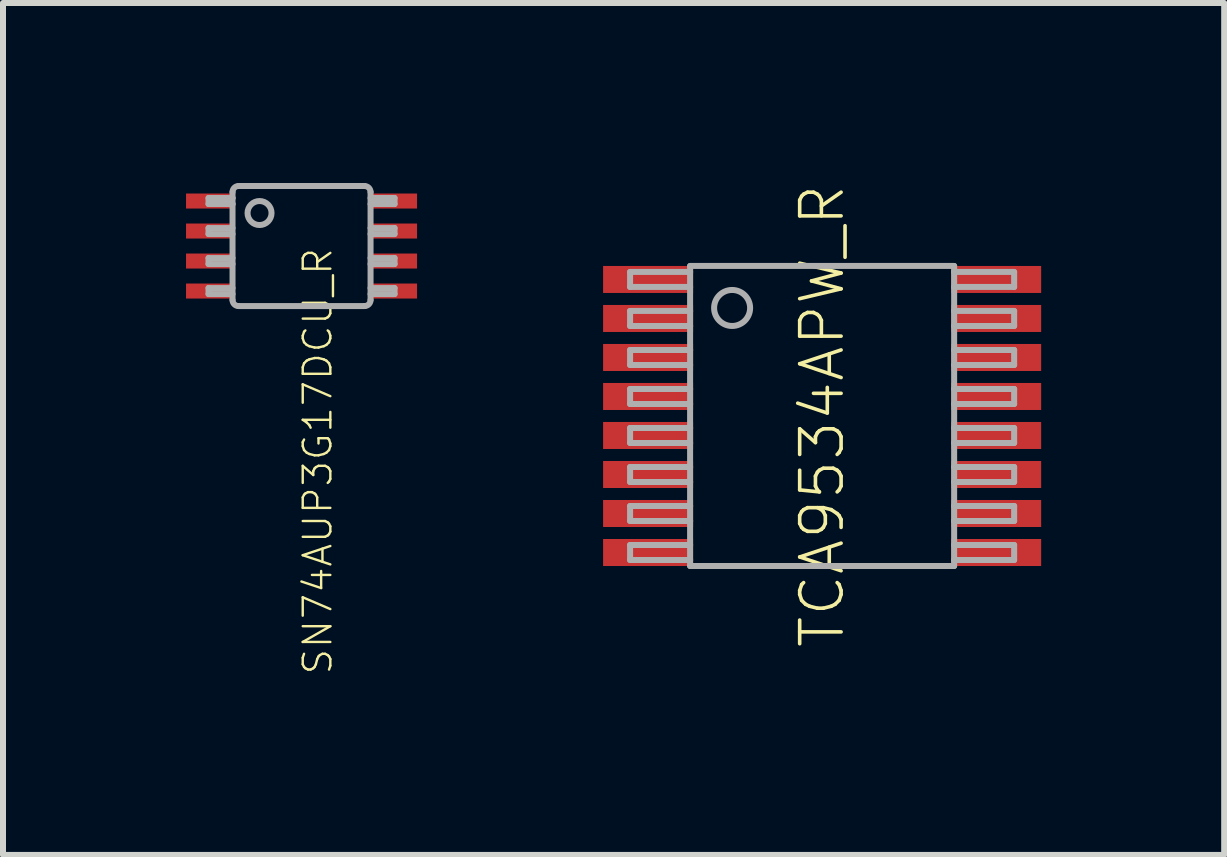
<source format=kicad_pcb>
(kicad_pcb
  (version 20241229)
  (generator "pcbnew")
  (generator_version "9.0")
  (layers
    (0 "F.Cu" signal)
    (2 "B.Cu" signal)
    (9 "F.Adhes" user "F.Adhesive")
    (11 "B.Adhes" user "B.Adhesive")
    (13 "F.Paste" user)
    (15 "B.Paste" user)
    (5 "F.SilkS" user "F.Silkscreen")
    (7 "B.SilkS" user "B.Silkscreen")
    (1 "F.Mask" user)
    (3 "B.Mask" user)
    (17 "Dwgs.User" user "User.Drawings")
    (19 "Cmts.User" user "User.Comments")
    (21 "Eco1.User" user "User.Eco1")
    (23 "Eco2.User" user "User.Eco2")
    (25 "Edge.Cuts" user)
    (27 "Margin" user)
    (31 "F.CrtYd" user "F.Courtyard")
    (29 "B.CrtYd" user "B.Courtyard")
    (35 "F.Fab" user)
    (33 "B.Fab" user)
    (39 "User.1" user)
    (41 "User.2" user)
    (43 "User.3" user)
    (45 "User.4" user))
  (footprint "SN74AUP3G17DCU_R"
    (layer "F.Cu")
    (at 1.975 1.05)
    (property "Reference" "SN74AUP3G17DCU_R" (at 0 0 90) (unlocked yes) (layer "F.SilkS") (effects (font (size 0.46 0.46) (thickness 0.04)) (justify right top)))
    (fp_poly (pts (xy -1.975 -0.575) (xy -1.125 -0.575) (xy -1.125 -0.925) (xy -1.975 -0.925)) (stroke (width 0) (type default)) (fill yes) (layer "F.Mask"))
    (fp_poly (pts (xy -1.975 -0.075) (xy -1.125 -0.075) (xy -1.125 -0.425) (xy -1.975 -0.425)) (stroke (width 0) (type default)) (fill yes) (layer "F.Mask"))
    (fp_poly (pts (xy -1.975 0.425) (xy -1.125 0.425) (xy -1.125 0.075) (xy -1.975 0.075)) (stroke (width 0) (type default)) (fill yes) (layer "F.Mask"))
    (fp_poly (pts (xy -1.975 0.925) (xy -1.125 0.925) (xy -1.125 0.575) (xy -1.975 0.575)) (stroke (width 0) (type default)) (fill yes) (layer "F.Mask"))
    (fp_poly (pts (xy 1.975 -0.925) (xy 1.125 -0.925) (xy 1.125 -0.575) (xy 1.975 -0.575)) (stroke (width 0) (type default)) (fill yes) (layer "F.Mask"))
    (fp_poly (pts (xy 1.975 -0.425) (xy 1.125 -0.425) (xy 1.125 -0.075) (xy 1.975 -0.075)) (stroke (width 0) (type default)) (fill yes) (layer "F.Mask"))
    (fp_poly (pts (xy 1.975 0.075) (xy 1.125 0.075) (xy 1.125 0.425) (xy 1.975 0.425)) (stroke (width 0) (type default)) (fill yes) (layer "F.Mask"))
    (fp_poly (pts (xy 1.975 0.575) (xy 1.125 0.575) (xy 1.125 0.925) (xy 1.975 0.925)) (stroke (width 0) (type default)) (fill yes) (layer "F.Mask"))
    (fp_line (start -1.55 -0.8) (end -1.55 -0.7) (stroke (width 0.1) (type solid)) (layer "F.Fab"))
    (fp_line (start -1.55 -0.7) (end -1.15 -0.7) (stroke (width 0.1) (type solid)) (layer "F.Fab"))
    (fp_line (start -1.55 -0.3) (end -1.55 -0.2) (stroke (width 0.1) (type solid)) (layer "F.Fab"))
    (fp_line (start -1.55 -0.2) (end -1.15 -0.2) (stroke (width 0.1) (type solid)) (layer "F.Fab"))
    (fp_line (start -1.55 0.2) (end -1.55 0.3) (stroke (width 0.1) (type solid)) (layer "F.Fab"))
    (fp_line (start -1.55 0.3) (end -1.15 0.3) (stroke (width 0.1) (type solid)) (layer "F.Fab"))
    (fp_line (start -1.55 0.7) (end -1.55 0.8) (stroke (width 0.1) (type solid)) (layer "F.Fab"))
    (fp_line (start -1.55 0.8) (end -1.15 0.8) (stroke (width 0.1) (type solid)) (layer "F.Fab"))
    (fp_line (start -1.15 -0.9) (end -1.15 -0.8) (stroke (width 0.1) (type solid)) (layer "F.Fab"))
    (fp_line (start -1.15 -0.8) (end -1.55 -0.8) (stroke (width 0.1) (type solid)) (layer "F.Fab"))
    (fp_line (start -1.15 -0.8) (end -1.15 -0.7) (stroke (width 0.1) (type solid)) (layer "F.Fab"))
    (fp_line (start -1.15 -0.7) (end -1.15 0.9) (stroke (width 0.1) (type solid)) (layer "F.Fab"))
    (fp_line (start -1.15 -0.3) (end -1.55 -0.3) (stroke (width 0.1) (type solid)) (layer "F.Fab"))
    (fp_line (start -1.15 0.2) (end -1.55 0.2) (stroke (width 0.1) (type solid)) (layer "F.Fab"))
    (fp_line (start -1.15 0.7) (end -1.55 0.7) (stroke (width 0.1) (type solid)) (layer "F.Fab"))
    (fp_line (start -1.05 -1) (end 1.05 -1) (stroke (width 0.1) (type solid)) (layer "F.Fab"))
    (fp_line (start -1.05 1) (end 1.05 1) (stroke (width 0.1) (type solid)) (layer "F.Fab"))
    (fp_line (start 1.15 -0.7) (end 1.55 -0.7) (stroke (width 0.1) (type solid)) (layer "F.Fab"))
    (fp_line (start 1.15 -0.2) (end 1.55 -0.2) (stroke (width 0.1) (type solid)) (layer "F.Fab"))
    (fp_line (start 1.15 0.3) (end 1.55 0.3) (stroke (width 0.1) (type solid)) (layer "F.Fab"))
    (fp_line (start 1.15 0.8) (end 1.55 0.8) (stroke (width 0.1) (type solid)) (layer "F.Fab"))
    (fp_line (start 1.15 0.9) (end 1.15 -0.9) (stroke (width 0.1) (type solid)) (layer "F.Fab"))
    (fp_line (start 1.55 -0.8) (end 1.15 -0.8) (stroke (width 0.1) (type solid)) (layer "F.Fab"))
    (fp_line (start 1.55 -0.7) (end 1.55 -0.8) (stroke (width 0.1) (type solid)) (layer "F.Fab"))
    (fp_line (start 1.55 -0.3) (end 1.15 -0.3) (stroke (width 0.1) (type solid)) (layer "F.Fab"))
    (fp_line (start 1.55 -0.2) (end 1.55 -0.3) (stroke (width 0.1) (type solid)) (layer "F.Fab"))
    (fp_line (start 1.55 0.2) (end 1.15 0.2) (stroke (width 0.1) (type solid)) (layer "F.Fab"))
    (fp_line (start 1.55 0.3) (end 1.55 0.2) (stroke (width 0.1) (type solid)) (layer "F.Fab"))
    (fp_line (start 1.55 0.7) (end 1.15 0.7) (stroke (width 0.1) (type solid)) (layer "F.Fab"))
    (fp_line (start 1.55 0.8) (end 1.55 0.7) (stroke (width 0.1) (type solid)) (layer "F.Fab"))
    (fp_arc (start -1.15 -0.9) (mid -1.120711 -0.970711) (end -1.05 -1) (stroke (width 0.1) (type solid)) (layer "F.Fab"))
    (fp_arc (start -1.05 1) (mid -1.120711 0.970711) (end -1.15 0.9) (stroke (width 0.1) (type solid)) (layer "F.Fab"))
    (fp_arc (start 1.05 -1) (mid 1.120711 -0.970711) (end 1.15 -0.9) (stroke (width 0.1) (type solid)) (layer "F.Fab"))
    (fp_arc (start 1.15 0.9) (mid 1.120711 0.970711) (end 1.05 1) (stroke (width 0.1) (type solid)) (layer "F.Fab"))
    (fp_circle (center -0.7 -0.55) (end -0.5 -0.55) (stroke (width 0.1) (type solid)) (fill no) (layer "F.Fab"))
    (pad "1" smd rect (at -1.55 -0.75 270) (size 0.25 0.75) (layers "F.Cu" "F.Paste"))
    (pad "2" smd rect (at -1.55 -0.25 270) (size 0.25 0.75) (layers "F.Cu" "F.Paste"))
    (pad "3" smd rect (at -1.55 0.25 270) (size 0.25 0.75) (layers "F.Cu" "F.Paste"))
    (pad "4" smd rect (at -1.55 0.75 270) (size 0.25 0.75) (layers "F.Cu" "F.Paste"))
    (pad "5" smd rect (at 1.55 0.75 270) (size 0.25 0.75) (layers "F.Cu" "F.Paste"))
    (pad "6" smd rect (at 1.55 0.25 270) (size 0.25 0.75) (layers "F.Cu" "F.Paste"))
    (pad "7" smd rect (at 1.55 -0.25 270) (size 0.25 0.75) (layers "F.Cu" "F.Paste"))
    (pad "8" smd rect (at 1.55 -0.75 270) (size 0.25 0.75) (layers "F.Cu" "F.Paste")))
  (footprint "TCA9534APW_R"
    (layer "F.Cu")
    (at 10.65 3.882)
    (property "Reference" "TCA9534APW_R" (at 0 0 90) (unlocked yes) (layer "F.SilkS") (effects (font (size 0.69 0.69) (thickness 0.06))))
    (fp_poly (pts (xy -3.7 -2) (xy -2.1 -2) (xy -2.1 -2.55) (xy -3.7 -2.55)) (stroke (width 0) (type default)) (fill yes) (layer "F.Mask"))
    (fp_poly (pts (xy -3.7 -1.35) (xy -2.1 -1.35) (xy -2.1 -1.9) (xy -3.7 -1.9)) (stroke (width 0) (type default)) (fill yes) (layer "F.Mask"))
    (fp_poly (pts (xy -3.7 -0.7) (xy -2.1 -0.7) (xy -2.1 -1.25) (xy -3.7 -1.25)) (stroke (width 0) (type default)) (fill yes) (layer "F.Mask"))
    (fp_poly (pts (xy -3.7 -0.05) (xy -2.1 -0.05) (xy -2.1 -0.6) (xy -3.7 -0.6)) (stroke (width 0) (type default)) (fill yes) (layer "F.Mask"))
    (fp_poly (pts (xy -3.7 0.6) (xy -2.1 0.6) (xy -2.1 0.05) (xy -3.7 0.05)) (stroke (width 0) (type default)) (fill yes) (layer "F.Mask"))
    (fp_poly (pts (xy -3.7 1.25) (xy -2.1 1.25) (xy -2.1 0.7) (xy -3.7 0.7)) (stroke (width 0) (type default)) (fill yes) (layer "F.Mask"))
    (fp_poly (pts (xy -3.7 1.9) (xy -2.1 1.9) (xy -2.1 1.35) (xy -3.7 1.35)) (stroke (width 0) (type default)) (fill yes) (layer "F.Mask"))
    (fp_poly (pts (xy -3.7 2.55) (xy -2.1 2.55) (xy -2.1 2) (xy -3.7 2)) (stroke (width 0) (type default)) (fill yes) (layer "F.Mask"))
    (fp_poly (pts (xy 3.7 -2.55) (xy 2.1 -2.55) (xy 2.1 -2) (xy 3.7 -2)) (stroke (width 0) (type default)) (fill yes) (layer "F.Mask"))
    (fp_poly (pts (xy 3.7 -1.9) (xy 2.1 -1.9) (xy 2.1 -1.35) (xy 3.7 -1.35)) (stroke (width 0) (type default)) (fill yes) (layer "F.Mask"))
    (fp_poly (pts (xy 3.7 -1.25) (xy 2.1 -1.25) (xy 2.1 -0.7) (xy 3.7 -0.7)) (stroke (width 0) (type default)) (fill yes) (layer "F.Mask"))
    (fp_poly (pts (xy 3.7 -0.6) (xy 2.1 -0.6) (xy 2.1 -0.05) (xy 3.7 -0.05)) (stroke (width 0) (type default)) (fill yes) (layer "F.Mask"))
    (fp_poly (pts (xy 3.7 0.05) (xy 2.1 0.05) (xy 2.1 0.6) (xy 3.7 0.6)) (stroke (width 0) (type default)) (fill yes) (layer "F.Mask"))
    (fp_poly (pts (xy 3.7 0.7) (xy 2.1 0.7) (xy 2.1 1.25) (xy 3.7 1.25)) (stroke (width 0) (type default)) (fill yes) (layer "F.Mask"))
    (fp_poly (pts (xy 3.7 1.35) (xy 2.1 1.35) (xy 2.1 1.9) (xy 3.7 1.9)) (stroke (width 0) (type default)) (fill yes) (layer "F.Mask"))
    (fp_poly (pts (xy 3.7 2) (xy 2.1 2) (xy 2.1 2.55) (xy 3.7 2.55)) (stroke (width 0) (type default)) (fill yes) (layer "F.Mask"))
    (fp_poly (pts (xy -2.15 -2.05) (xy -3.65 -2.05) (xy -3.65 -2.5) (xy -2.15 -2.5)) (stroke (width 0) (type default)) (fill yes) (layer "F.Paste"))
    (fp_poly (pts (xy -2.15 -1.4) (xy -3.65 -1.4) (xy -3.65 -1.85) (xy -2.15 -1.85)) (stroke (width 0) (type default)) (fill yes) (layer "F.Paste"))
    (fp_poly (pts (xy -2.15 -0.75) (xy -3.65 -0.75) (xy -3.65 -1.2) (xy -2.15 -1.2)) (stroke (width 0) (type default)) (fill yes) (layer "F.Paste"))
    (fp_poly (pts (xy -2.15 -0.1) (xy -3.65 -0.1) (xy -3.65 -0.55) (xy -2.15 -0.55)) (stroke (width 0) (type default)) (fill yes) (layer "F.Paste"))
    (fp_poly (pts (xy -2.15 0.55) (xy -3.65 0.55) (xy -3.65 0.1) (xy -2.15 0.1)) (stroke (width 0) (type default)) (fill yes) (layer "F.Paste"))
    (fp_poly (pts (xy -2.15 1.2) (xy -3.65 1.2) (xy -3.65 0.75) (xy -2.15 0.75)) (stroke (width 0) (type default)) (fill yes) (layer "F.Paste"))
    (fp_poly (pts (xy -2.15 1.85) (xy -3.65 1.85) (xy -3.65 1.4) (xy -2.15 1.4)) (stroke (width 0) (type default)) (fill yes) (layer "F.Paste"))
    (fp_poly (pts (xy -2.15 2.5) (xy -3.65 2.5) (xy -3.65 2.05) (xy -2.15 2.05)) (stroke (width 0) (type default)) (fill yes) (layer "F.Paste"))
    (fp_poly (pts (xy 3.65 -2.05) (xy 2.15 -2.05) (xy 2.15 -2.5) (xy 3.65 -2.5)) (stroke (width 0) (type default)) (fill yes) (layer "F.Paste"))
    (fp_poly (pts (xy 3.65 -1.4) (xy 2.15 -1.4) (xy 2.15 -1.85) (xy 3.65 -1.85)) (stroke (width 0) (type default)) (fill yes) (layer "F.Paste"))
    (fp_poly (pts (xy 3.65 -0.75) (xy 2.15 -0.75) (xy 2.15 -1.2) (xy 3.65 -1.2)) (stroke (width 0) (type default)) (fill yes) (layer "F.Paste"))
    (fp_poly (pts (xy 3.65 -0.1) (xy 2.15 -0.1) (xy 2.15 -0.55) (xy 3.65 -0.55)) (stroke (width 0) (type default)) (fill yes) (layer "F.Paste"))
    (fp_poly (pts (xy 3.65 0.55) (xy 2.15 0.55) (xy 2.15 0.1) (xy 3.65 0.1)) (stroke (width 0) (type default)) (fill yes) (layer "F.Paste"))
    (fp_poly (pts (xy 3.65 1.2) (xy 2.15 1.2) (xy 2.15 0.75) (xy 3.65 0.75)) (stroke (width 0) (type default)) (fill yes) (layer "F.Paste"))
    (fp_poly (pts (xy 3.65 1.85) (xy 2.15 1.85) (xy 2.15 1.4) (xy 3.65 1.4)) (stroke (width 0) (type default)) (fill yes) (layer "F.Paste"))
    (fp_poly (pts (xy 3.65 2.5) (xy 2.15 2.5) (xy 2.15 2.05) (xy 3.65 2.05)) (stroke (width 0) (type default)) (fill yes) (layer "F.Paste"))
    (fp_line (start -3.2 -2.4) (end -3.2 -2.15) (stroke (width 0.1) (type solid)) (layer "F.Fab"))
    (fp_line (start -3.2 -2.15) (end -2.2 -2.15) (stroke (width 0.1) (type solid)) (layer "F.Fab"))
    (fp_line (start -3.2 -1.75) (end -3.2 -1.5) (stroke (width 0.1) (type solid)) (layer "F.Fab"))
    (fp_line (start -3.2 -1.5) (end -2.2 -1.5) (stroke (width 0.1) (type solid)) (layer "F.Fab"))
    (fp_line (start -3.2 -1.1) (end -3.2 -0.85) (stroke (width 0.1) (type solid)) (layer "F.Fab"))
    (fp_line (start -3.2 -0.85) (end -2.2 -0.85) (stroke (width 0.1) (type solid)) (layer "F.Fab"))
    (fp_line (start -3.2 -0.45) (end -3.2 -0.2) (stroke (width 0.1) (type solid)) (layer "F.Fab"))
    (fp_line (start -3.2 -0.2) (end -2.2 -0.2) (stroke (width 0.1) (type solid)) (layer "F.Fab"))
    (fp_line (start -3.2 0.2) (end -3.2 0.45) (stroke (width 0.1) (type solid)) (layer "F.Fab"))
    (fp_line (start -3.2 0.45) (end -2.2 0.45) (stroke (width 0.1) (type solid)) (layer "F.Fab"))
    (fp_line (start -3.2 0.85) (end -3.2 1.1) (stroke (width 0.1) (type solid)) (layer "F.Fab"))
    (fp_line (start -3.2 1.1) (end -2.2 1.1) (stroke (width 0.1) (type solid)) (layer "F.Fab"))
    (fp_line (start -3.2 1.5) (end -3.2 1.75) (stroke (width 0.1) (type solid)) (layer "F.Fab"))
    (fp_line (start -3.2 1.75) (end -2.2 1.75) (stroke (width 0.1) (type solid)) (layer "F.Fab"))
    (fp_line (start -3.2 2.15) (end -3.2 2.4) (stroke (width 0.1) (type solid)) (layer "F.Fab"))
    (fp_line (start -3.2 2.4) (end -2.2 2.4) (stroke (width 0.1) (type solid)) (layer "F.Fab"))
    (fp_line (start -2.2 -2.5) (end 2.2 -2.5) (stroke (width 0.1) (type solid)) (layer "F.Fab"))
    (fp_line (start -2.2 -2.4) (end -3.2 -2.4) (stroke (width 0.1) (type solid)) (layer "F.Fab"))
    (fp_line (start -2.2 -2.4) (end -2.2 -2.5) (stroke (width 0.1) (type solid)) (layer "F.Fab"))
    (fp_line (start -2.2 -2.15) (end -2.2 -2.4) (stroke (width 0.1) (type solid)) (layer "F.Fab"))
    (fp_line (start -2.2 -1.75) (end -3.2 -1.75) (stroke (width 0.1) (type solid)) (layer "F.Fab"))
    (fp_line (start -2.2 -1.75) (end -2.2 -2.15) (stroke (width 0.1) (type solid)) (layer "F.Fab"))
    (fp_line (start -2.2 -1.5) (end -2.2 -1.75) (stroke (width 0.1) (type solid)) (layer "F.Fab"))
    (fp_line (start -2.2 -1.1) (end -3.2 -1.1) (stroke (width 0.1) (type solid)) (layer "F.Fab"))
    (fp_line (start -2.2 -1.1) (end -2.2 -1.5) (stroke (width 0.1) (type solid)) (layer "F.Fab"))
    (fp_line (start -2.2 -0.85) (end -2.2 -1.1) (stroke (width 0.1) (type solid)) (layer "F.Fab"))
    (fp_line (start -2.2 -0.45) (end -3.2 -0.45) (stroke (width 0.1) (type solid)) (layer "F.Fab"))
    (fp_line (start -2.2 -0.45) (end -2.2 -0.85) (stroke (width 0.1) (type solid)) (layer "F.Fab"))
    (fp_line (start -2.2 -0.2) (end -2.2 -0.45) (stroke (width 0.1) (type solid)) (layer "F.Fab"))
    (fp_line (start -2.2 0.2) (end -3.2 0.2) (stroke (width 0.1) (type solid)) (layer "F.Fab"))
    (fp_line (start -2.2 0.2) (end -2.2 -0.2) (stroke (width 0.1) (type solid)) (layer "F.Fab"))
    (fp_line (start -2.2 0.45) (end -2.2 0.2) (stroke (width 0.1) (type solid)) (layer "F.Fab"))
    (fp_line (start -2.2 0.85) (end -3.2 0.85) (stroke (width 0.1) (type solid)) (layer "F.Fab"))
    (fp_line (start -2.2 0.85) (end -2.2 0.45) (stroke (width 0.1) (type solid)) (layer "F.Fab"))
    (fp_line (start -2.2 1.1) (end -2.2 0.85) (stroke (width 0.1) (type solid)) (layer "F.Fab"))
    (fp_line (start -2.2 1.5) (end -3.2 1.5) (stroke (width 0.1) (type solid)) (layer "F.Fab"))
    (fp_line (start -2.2 1.5) (end -2.2 1.1) (stroke (width 0.1) (type solid)) (layer "F.Fab"))
    (fp_line (start -2.2 1.75) (end -2.2 1.5) (stroke (width 0.1) (type solid)) (layer "F.Fab"))
    (fp_line (start -2.2 2.15) (end -3.2 2.15) (stroke (width 0.1) (type solid)) (layer "F.Fab"))
    (fp_line (start -2.2 2.15) (end -2.2 1.75) (stroke (width 0.1) (type solid)) (layer "F.Fab"))
    (fp_line (start -2.2 2.4) (end -2.2 2.15) (stroke (width 0.1) (type solid)) (layer "F.Fab"))
    (fp_line (start -2.2 2.5) (end -2.2 2.4) (stroke (width 0.1) (type solid)) (layer "F.Fab"))
    (fp_line (start 2.2 -2.5) (end 2.2 -2.4) (stroke (width 0.1) (type solid)) (layer "F.Fab"))
    (fp_line (start 2.2 -2.4) (end 2.2 -2.15) (stroke (width 0.1) (type solid)) (layer "F.Fab"))
    (fp_line (start 2.2 -2.15) (end 2.2 -1.75) (stroke (width 0.1) (type solid)) (layer "F.Fab"))
    (fp_line (start 2.2 -2.15) (end 3.2 -2.15) (stroke (width 0.1) (type solid)) (layer "F.Fab"))
    (fp_line (start 2.2 -1.75) (end 2.2 -1.5) (stroke (width 0.1) (type solid)) (layer "F.Fab"))
    (fp_line (start 2.2 -1.5) (end 2.2 -1.1) (stroke (width 0.1) (type solid)) (layer "F.Fab"))
    (fp_line (start 2.2 -1.5) (end 3.2 -1.5) (stroke (width 0.1) (type solid)) (layer "F.Fab"))
    (fp_line (start 2.2 -1.1) (end 2.2 -0.85) (stroke (width 0.1) (type solid)) (layer "F.Fab"))
    (fp_line (start 2.2 -0.85) (end 2.2 -0.45) (stroke (width 0.1) (type solid)) (layer "F.Fab"))
    (fp_line (start 2.2 -0.85) (end 3.2 -0.85) (stroke (width 0.1) (type solid)) (layer "F.Fab"))
    (fp_line (start 2.2 -0.45) (end 2.2 -0.2) (stroke (width 0.1) (type solid)) (layer "F.Fab"))
    (fp_line (start 2.2 -0.2) (end 2.2 0.2) (stroke (width 0.1) (type solid)) (layer "F.Fab"))
    (fp_line (start 2.2 -0.2) (end 3.2 -0.2) (stroke (width 0.1) (type solid)) (layer "F.Fab"))
    (fp_line (start 2.2 0.2) (end 2.2 0.45) (stroke (width 0.1) (type solid)) (layer "F.Fab"))
    (fp_line (start 2.2 0.45) (end 2.2 0.85) (stroke (width 0.1) (type solid)) (layer "F.Fab"))
    (fp_line (start 2.2 0.45) (end 3.2 0.45) (stroke (width 0.1) (type solid)) (layer "F.Fab"))
    (fp_line (start 2.2 0.85) (end 2.2 1.1) (stroke (width 0.1) (type solid)) (layer "F.Fab"))
    (fp_line (start 2.2 1.1) (end 2.2 1.5) (stroke (width 0.1) (type solid)) (layer "F.Fab"))
    (fp_line (start 2.2 1.1) (end 3.2 1.1) (stroke (width 0.1) (type solid)) (layer "F.Fab"))
    (fp_line (start 2.2 1.5) (end 2.2 1.75) (stroke (width 0.1) (type solid)) (layer "F.Fab"))
    (fp_line (start 2.2 1.75) (end 2.2 2.15) (stroke (width 0.1) (type solid)) (layer "F.Fab"))
    (fp_line (start 2.2 1.75) (end 3.2 1.75) (stroke (width 0.1) (type solid)) (layer "F.Fab"))
    (fp_line (start 2.2 2.15) (end 2.2 2.4) (stroke (width 0.1) (type solid)) (layer "F.Fab"))
    (fp_line (start 2.2 2.4) (end 2.2 2.5) (stroke (width 0.1) (type solid)) (layer "F.Fab"))
    (fp_line (start 2.2 2.4) (end 3.2 2.4) (stroke (width 0.1) (type solid)) (layer "F.Fab"))
    (fp_line (start 2.2 2.5) (end -2.2 2.5) (stroke (width 0.1) (type solid)) (layer "F.Fab"))
    (fp_line (start 3.2 -2.4) (end 2.2 -2.4) (stroke (width 0.1) (type solid)) (layer "F.Fab"))
    (fp_line (start 3.2 -2.15) (end 3.2 -2.4) (stroke (width 0.1) (type solid)) (layer "F.Fab"))
    (fp_line (start 3.2 -1.75) (end 2.2 -1.75) (stroke (width 0.1) (type solid)) (layer "F.Fab"))
    (fp_line (start 3.2 -1.5) (end 3.2 -1.75) (stroke (width 0.1) (type solid)) (layer "F.Fab"))
    (fp_line (start 3.2 -1.1) (end 2.2 -1.1) (stroke (width 0.1) (type solid)) (layer "F.Fab"))
    (fp_line (start 3.2 -0.85) (end 3.2 -1.1) (stroke (width 0.1) (type solid)) (layer "F.Fab"))
    (fp_line (start 3.2 -0.45) (end 2.2 -0.45) (stroke (width 0.1) (type solid)) (layer "F.Fab"))
    (fp_line (start 3.2 -0.2) (end 3.2 -0.45) (stroke (width 0.1) (type solid)) (layer "F.Fab"))
    (fp_line (start 3.2 0.2) (end 2.2 0.2) (stroke (width 0.1) (type solid)) (layer "F.Fab"))
    (fp_line (start 3.2 0.45) (end 3.2 0.2) (stroke (width 0.1) (type solid)) (layer "F.Fab"))
    (fp_line (start 3.2 0.85) (end 2.2 0.85) (stroke (width 0.1) (type solid)) (layer "F.Fab"))
    (fp_line (start 3.2 1.1) (end 3.2 0.85) (stroke (width 0.1) (type solid)) (layer "F.Fab"))
    (fp_line (start 3.2 1.5) (end 2.2 1.5) (stroke (width 0.1) (type solid)) (layer "F.Fab"))
    (fp_line (start 3.2 1.75) (end 3.2 1.5) (stroke (width 0.1) (type solid)) (layer "F.Fab"))
    (fp_line (start 3.2 2.15) (end 2.2 2.15) (stroke (width 0.1) (type solid)) (layer "F.Fab"))
    (fp_line (start 3.2 2.4) (end 3.2 2.15) (stroke (width 0.1) (type solid)) (layer "F.Fab"))
    (fp_circle (center -1.5 -1.8) (end -1.2 -1.8) (stroke (width 0.1) (type solid)) (fill no) (layer "F.Fab"))
    (pad "1" smd rect (at -2.9 -2.275) (size 1.5 0.45) (layers "F.Cu"))
    (pad "2" smd rect (at -2.9 -1.625) (size 1.5 0.45) (layers "F.Cu"))
    (pad "3" smd rect (at -2.9 -0.975) (size 1.5 0.45) (layers "F.Cu"))
    (pad "4" smd rect (at -2.9 -0.325) (size 1.5 0.45) (layers "F.Cu"))
    (pad "5" smd rect (at -2.9 0.325) (size 1.5 0.45) (layers "F.Cu"))
    (pad "6" smd rect (at -2.9 0.975) (size 1.5 0.45) (layers "F.Cu"))
    (pad "7" smd rect (at -2.9 1.625) (size 1.5 0.45) (layers "F.Cu"))
    (pad "8" smd rect (at -2.9 2.275) (size 1.5 0.45) (layers "F.Cu"))
    (pad "9" smd rect (at 2.9 2.275) (size 1.5 0.45) (layers "F.Cu"))
    (pad "10" smd rect (at 2.9 1.625) (size 1.5 0.45) (layers "F.Cu"))
    (pad "11" smd rect (at 2.9 0.975) (size 1.5 0.45) (layers "F.Cu"))
    (pad "12" smd rect (at 2.9 0.325) (size 1.5 0.45) (layers "F.Cu"))
    (pad "13" smd rect (at 2.9 -0.325) (size 1.5 0.45) (layers "F.Cu"))
    (pad "14" smd rect (at 2.9 -0.975) (size 1.5 0.45) (layers "F.Cu"))
    (pad "15" smd rect (at 2.9 -1.625) (size 1.5 0.45) (layers "F.Cu"))
    (pad "16" smd rect (at 2.9 -2.275) (size 1.5 0.45) (layers "F.Cu")))
  (gr_rect
    (start -3 -3)
    (end 17.35 11.197)
    (stroke (width 0.1) (type default))
    (fill no)
    (layer "Edge.Cuts")))
</source>
